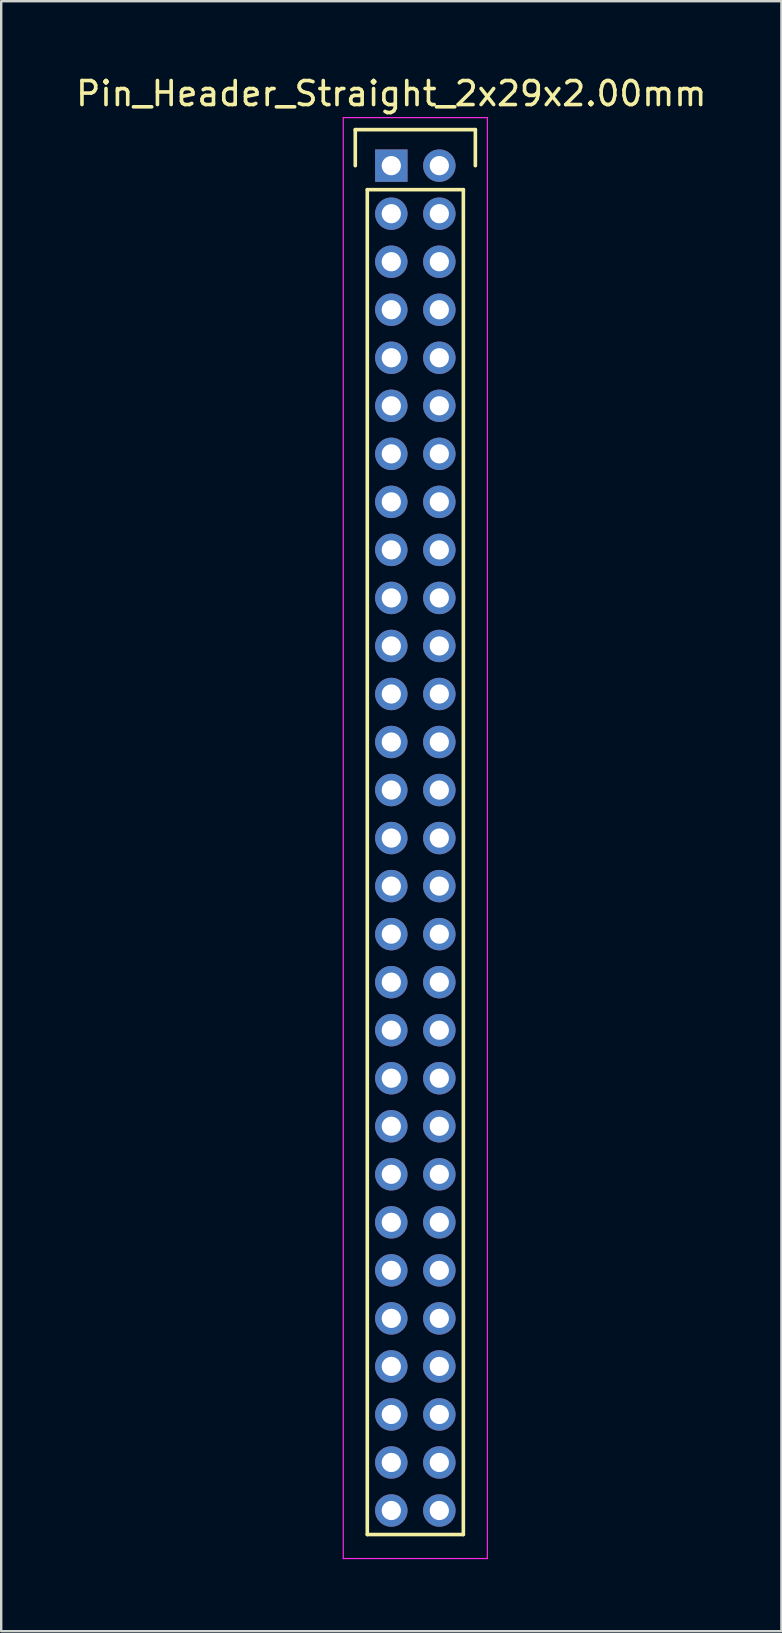
<source format=kicad_pcb>
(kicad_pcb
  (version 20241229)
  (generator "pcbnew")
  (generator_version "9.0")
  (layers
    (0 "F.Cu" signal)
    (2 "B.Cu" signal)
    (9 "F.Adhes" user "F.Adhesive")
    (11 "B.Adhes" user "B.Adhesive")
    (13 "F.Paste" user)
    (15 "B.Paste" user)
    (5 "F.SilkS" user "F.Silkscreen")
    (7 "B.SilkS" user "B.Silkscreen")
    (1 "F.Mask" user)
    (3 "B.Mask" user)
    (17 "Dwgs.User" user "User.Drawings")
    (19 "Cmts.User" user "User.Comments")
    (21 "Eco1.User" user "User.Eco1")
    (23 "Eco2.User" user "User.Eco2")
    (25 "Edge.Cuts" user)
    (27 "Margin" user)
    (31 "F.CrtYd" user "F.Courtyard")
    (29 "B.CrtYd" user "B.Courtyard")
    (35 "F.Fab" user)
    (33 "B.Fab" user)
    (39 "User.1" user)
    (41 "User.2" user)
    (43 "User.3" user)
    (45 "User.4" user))
  (footprint "Pin_Header_Straight_2x29x2.00mm"
    (layer "F.Cu")
    (at 13.244 3.848)
    (property "Reference" "Pin_Header_Straight_2x29x2.00mm" (at 0 -3 0) (layer "F.SilkS") (effects (font (size 1 1) (thickness 0.15))))
    (attr through_hole)
    (fp_line (start -1.5 -1.5) (end 3.5 -1.5) (stroke (width 0.15) (type solid)) (layer "F.SilkS"))
    (fp_line (start -1.5 0) (end -1.5 -1.5) (stroke (width 0.15) (type solid)) (layer "F.SilkS"))
    (fp_line (start -1 1) (end 3 1) (stroke (width 0.15) (type solid)) (layer "F.SilkS"))
    (fp_line (start -1 57) (end -1 1) (stroke (width 0.15) (type solid)) (layer "F.SilkS"))
    (fp_line (start 3 1) (end 3 57) (stroke (width 0.15) (type solid)) (layer "F.SilkS"))
    (fp_line (start 3 57) (end -1 57) (stroke (width 0.15) (type solid)) (layer "F.SilkS"))
    (fp_line (start 3.5 -1.5) (end 3.5 0) (stroke (width 0.15) (type solid)) (layer "F.SilkS"))
    (fp_line (start -2 -2) (end 4 -2) (stroke (width 0.05) (type solid)) (layer "F.CrtYd"))
    (fp_line (start -2 58) (end -2 -2) (stroke (width 0.05) (type solid)) (layer "F.CrtYd"))
    (fp_line (start 4 -2) (end 4 58) (stroke (width 0.05) (type solid)) (layer "F.CrtYd"))
    (fp_line (start 4 58) (end -2 58) (stroke (width 0.05) (type solid)) (layer "F.CrtYd"))
    (pad "1" thru_hole rect (at 0 0) (size 1.35 1.35) (drill 0.8) (layers "*.Cu" "*.Mask"))
    (pad "2" thru_hole circle (at 2 0) (size 1.35 1.35) (drill 0.8) (layers "*.Cu" "*.Mask"))
    (pad "3" thru_hole circle (at 0 2) (size 1.35 1.35) (drill 0.8) (layers "*.Cu" "*.Mask"))
    (pad "4" thru_hole circle (at 2 2) (size 1.35 1.35) (drill 0.8) (layers "*.Cu" "*.Mask"))
    (pad "5" thru_hole circle (at 0 4) (size 1.35 1.35) (drill 0.8) (layers "*.Cu" "*.Mask"))
    (pad "6" thru_hole circle (at 2 4) (size 1.35 1.35) (drill 0.8) (layers "*.Cu" "*.Mask"))
    (pad "7" thru_hole circle (at 0 6) (size 1.35 1.35) (drill 0.8) (layers "*.Cu" "*.Mask"))
    (pad "8" thru_hole circle (at 2 6) (size 1.35 1.35) (drill 0.8) (layers "*.Cu" "*.Mask"))
    (pad "9" thru_hole circle (at 0 8) (size 1.35 1.35) (drill 0.8) (layers "*.Cu" "*.Mask"))
    (pad "10" thru_hole circle (at 2 8) (size 1.35 1.35) (drill 0.8) (layers "*.Cu" "*.Mask"))
    (pad "11" thru_hole circle (at 0 10) (size 1.35 1.35) (drill 0.8) (layers "*.Cu" "*.Mask"))
    (pad "12" thru_hole circle (at 2 10) (size 1.35 1.35) (drill 0.8) (layers "*.Cu" "*.Mask"))
    (pad "13" thru_hole circle (at 0 12) (size 1.35 1.35) (drill 0.8) (layers "*.Cu" "*.Mask"))
    (pad "14" thru_hole circle (at 2 12) (size 1.35 1.35) (drill 0.8) (layers "*.Cu" "*.Mask"))
    (pad "15" thru_hole circle (at 0 14) (size 1.35 1.35) (drill 0.8) (layers "*.Cu" "*.Mask"))
    (pad "16" thru_hole circle (at 2 14) (size 1.35 1.35) (drill 0.8) (layers "*.Cu" "*.Mask"))
    (pad "17" thru_hole circle (at 0 16) (size 1.35 1.35) (drill 0.8) (layers "*.Cu" "*.Mask"))
    (pad "18" thru_hole circle (at 2 16) (size 1.35 1.35) (drill 0.8) (layers "*.Cu" "*.Mask"))
    (pad "19" thru_hole circle (at 0 18) (size 1.35 1.35) (drill 0.8) (layers "*.Cu" "*.Mask"))
    (pad "20" thru_hole circle (at 2 18) (size 1.35 1.35) (drill 0.8) (layers "*.Cu" "*.Mask"))
    (pad "21" thru_hole circle (at 0 20) (size 1.35 1.35) (drill 0.8) (layers "*.Cu" "*.Mask"))
    (pad "22" thru_hole circle (at 2 20) (size 1.35 1.35) (drill 0.8) (layers "*.Cu" "*.Mask"))
    (pad "23" thru_hole circle (at 0 22) (size 1.35 1.35) (drill 0.8) (layers "*.Cu" "*.Mask"))
    (pad "24" thru_hole circle (at 2 22) (size 1.35 1.35) (drill 0.8) (layers "*.Cu" "*.Mask"))
    (pad "25" thru_hole circle (at 0 24) (size 1.35 1.35) (drill 0.8) (layers "*.Cu" "*.Mask"))
    (pad "26" thru_hole circle (at 2 24) (size 1.35 1.35) (drill 0.8) (layers "*.Cu" "*.Mask"))
    (pad "27" thru_hole circle (at 0 26) (size 1.35 1.35) (drill 0.8) (layers "*.Cu" "*.Mask"))
    (pad "28" thru_hole circle (at 2 26) (size 1.35 1.35) (drill 0.8) (layers "*.Cu" "*.Mask"))
    (pad "29" thru_hole circle (at 0 28) (size 1.35 1.35) (drill 0.8) (layers "*.Cu" "*.Mask"))
    (pad "30" thru_hole circle (at 2 28) (size 1.35 1.35) (drill 0.8) (layers "*.Cu" "*.Mask"))
    (pad "31" thru_hole circle (at 0 30) (size 1.35 1.35) (drill 0.8) (layers "*.Cu" "*.Mask"))
    (pad "32" thru_hole circle (at 2 30) (size 1.35 1.35) (drill 0.8) (layers "*.Cu" "*.Mask"))
    (pad "33" thru_hole circle (at 0 32) (size 1.35 1.35) (drill 0.8) (layers "*.Cu" "*.Mask"))
    (pad "34" thru_hole circle (at 2 32) (size 1.35 1.35) (drill 0.8) (layers "*.Cu" "*.Mask"))
    (pad "35" thru_hole circle (at 0 34) (size 1.35 1.35) (drill 0.8) (layers "*.Cu" "*.Mask"))
    (pad "36" thru_hole circle (at 2 34) (size 1.35 1.35) (drill 0.8) (layers "*.Cu" "*.Mask"))
    (pad "37" thru_hole circle (at 0 36) (size 1.35 1.35) (drill 0.8) (layers "*.Cu" "*.Mask"))
    (pad "38" thru_hole circle (at 2 36) (size 1.35 1.35) (drill 0.8) (layers "*.Cu" "*.Mask"))
    (pad "39" thru_hole circle (at 0 38) (size 1.35 1.35) (drill 0.8) (layers "*.Cu" "*.Mask"))
    (pad "40" thru_hole circle (at 2 38) (size 1.35 1.35) (drill 0.8) (layers "*.Cu" "*.Mask"))
    (pad "41" thru_hole circle (at 0 40) (size 1.35 1.35) (drill 0.8) (layers "*.Cu" "*.Mask"))
    (pad "42" thru_hole circle (at 2 40) (size 1.35 1.35) (drill 0.8) (layers "*.Cu" "*.Mask"))
    (pad "43" thru_hole circle (at 0 42) (size 1.35 1.35) (drill 0.8) (layers "*.Cu" "*.Mask"))
    (pad "44" thru_hole circle (at 2 42) (size 1.35 1.35) (drill 0.8) (layers "*.Cu" "*.Mask"))
    (pad "45" thru_hole circle (at 0 44) (size 1.35 1.35) (drill 0.8) (layers "*.Cu" "*.Mask"))
    (pad "46" thru_hole circle (at 2 44) (size 1.35 1.35) (drill 0.8) (layers "*.Cu" "*.Mask"))
    (pad "47" thru_hole circle (at 0 46) (size 1.35 1.35) (drill 0.8) (layers "*.Cu" "*.Mask"))
    (pad "48" thru_hole circle (at 2 46) (size 1.35 1.35) (drill 0.8) (layers "*.Cu" "*.Mask"))
    (pad "49" thru_hole circle (at 0 48) (size 1.35 1.35) (drill 0.8) (layers "*.Cu" "*.Mask"))
    (pad "50" thru_hole circle (at 2 48) (size 1.35 1.35) (drill 0.8) (layers "*.Cu" "*.Mask"))
    (pad "51" thru_hole circle (at 0 50) (size 1.35 1.35) (drill 0.8) (layers "*.Cu" "*.Mask"))
    (pad "52" thru_hole circle (at 2 50) (size 1.35 1.35) (drill 0.8) (layers "*.Cu" "*.Mask"))
    (pad "53" thru_hole circle (at 0 52) (size 1.35 1.35) (drill 0.8) (layers "*.Cu" "*.Mask"))
    (pad "54" thru_hole circle (at 2 52) (size 1.35 1.35) (drill 0.8) (layers "*.Cu" "*.Mask"))
    (pad "55" thru_hole circle (at 0 54) (size 1.35 1.35) (drill 0.8) (layers "*.Cu" "*.Mask"))
    (pad "56" thru_hole circle (at 2 54) (size 1.35 1.35) (drill 0.8) (layers "*.Cu" "*.Mask"))
    (pad "57" thru_hole circle (at 0 56) (size 1.35 1.35) (drill 0.8) (layers "*.Cu" "*.Mask"))
    (pad "58" thru_hole circle (at 2 56) (size 1.35 1.35) (drill 0.8) (layers "*.Cu" "*.Mask")))
  (gr_rect
    (start -3 -3)
    (end 29.488 64.873)
    (stroke (width 0.1) (type default))
    (fill no)
    (layer "Edge.Cuts")))
</source>
